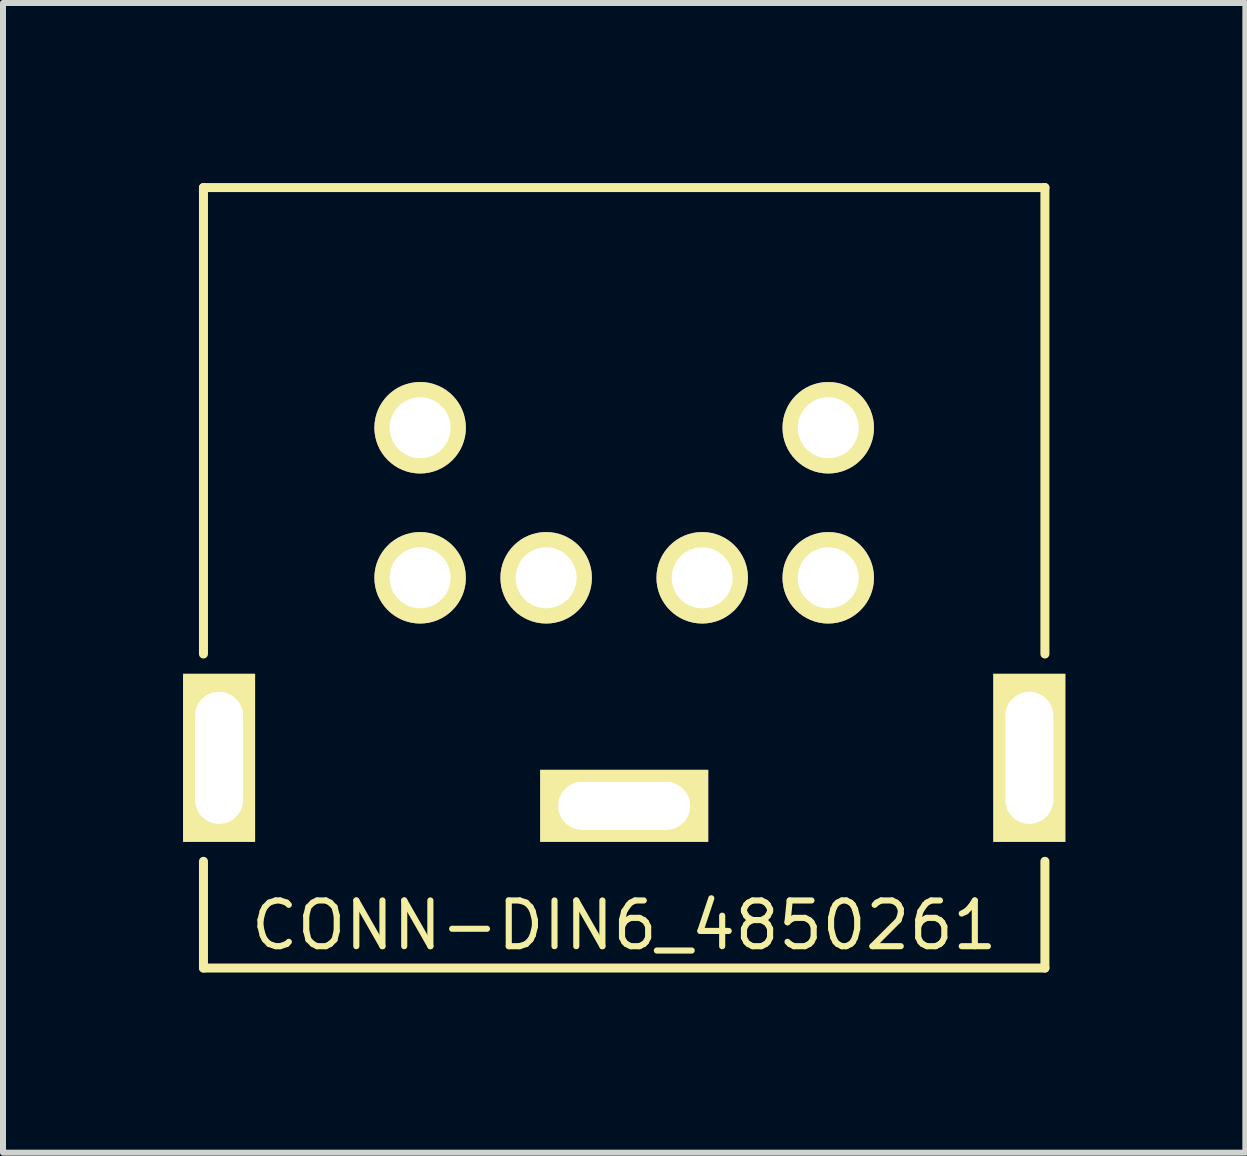
<source format=kicad_pcb>
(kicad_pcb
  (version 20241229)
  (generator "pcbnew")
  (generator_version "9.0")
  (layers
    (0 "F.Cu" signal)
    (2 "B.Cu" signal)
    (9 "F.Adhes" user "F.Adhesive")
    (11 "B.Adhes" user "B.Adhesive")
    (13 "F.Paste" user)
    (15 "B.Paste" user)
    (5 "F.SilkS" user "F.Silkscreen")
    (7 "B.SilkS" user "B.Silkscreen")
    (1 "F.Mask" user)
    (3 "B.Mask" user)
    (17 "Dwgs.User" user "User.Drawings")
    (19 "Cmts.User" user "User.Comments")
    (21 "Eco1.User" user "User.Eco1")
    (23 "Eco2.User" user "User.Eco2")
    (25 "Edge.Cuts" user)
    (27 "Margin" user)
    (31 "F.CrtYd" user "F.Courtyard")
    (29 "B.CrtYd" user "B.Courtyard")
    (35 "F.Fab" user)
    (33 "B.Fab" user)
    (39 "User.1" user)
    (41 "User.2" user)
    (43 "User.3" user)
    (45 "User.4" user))
  (footprint "CONN-DIN6_4850261"
    (layer "F.Cu")
    (at 7.35 6.577)
    (property "Reference" "CONN-DIN6_4850261" (at 0 5.791 0) (layer "F.SilkS") (effects (font (size 0.762 0.762) (thickness 0.102))))
    (attr through_hole)
    (fp_line (start -7.01 -6.502) (end -7.01 1.27) (stroke (width 0.15) (type solid)) (layer "F.SilkS"))
    (fp_line (start -7.01 6.502) (end -7.01 4.724) (stroke (width 0.15) (type solid)) (layer "F.SilkS"))
    (fp_line (start -7.01 6.502) (end 7.01 6.502) (stroke (width 0.15) (type solid)) (layer "F.SilkS"))
    (fp_line (start 7.01 -6.502) (end -7.01 -6.502) (stroke (width 0.15) (type solid)) (layer "F.SilkS"))
    (fp_line (start 7.01 1.27) (end 7.01 -6.502) (stroke (width 0.15) (type solid)) (layer "F.SilkS"))
    (fp_line (start 7.01 6.502) (end 7.01 4.724) (stroke (width 0.15) (type solid)) (layer "F.SilkS"))
    (pad "0" thru_hole rect (at -6.75 3) (size 1.2 2.8) (drill oval 0.8 2.2) (layers "*.Cu" "*.Mask" "F.SilkS"))
    (pad "0" thru_hole rect (at 0 3.8) (size 2.8 1.2) (drill oval 2.2 0.8) (layers "*.Cu" "*.Mask" "F.SilkS"))
    (pad "0" thru_hole rect (at 6.75 3) (size 1.2 2.8) (drill oval 0.8 2.2) (layers "*.Cu" "*.Mask" "F.SilkS"))
    (pad "1" thru_hole circle (at 1.3 0) (size 1.524 1.524) (drill 1.016) (layers "*.Cu" "*.Mask" "F.SilkS"))
    (pad "2" thru_hole circle (at -1.3 0) (size 1.524 1.524) (drill 1.016) (layers "*.Cu" "*.Mask" "F.SilkS"))
    (pad "3" thru_hole circle (at 3.4 0) (size 1.524 1.524) (drill 1.016) (layers "*.Cu" "*.Mask" "F.SilkS"))
    (pad "4" thru_hole circle (at -3.4 0) (size 1.524 1.524) (drill 1.016) (layers "*.Cu" "*.Mask" "F.SilkS"))
    (pad "5" thru_hole circle (at 3.4 -2.5) (size 1.524 1.524) (drill 1.016) (layers "*.Cu" "*.Mask" "F.SilkS"))
    (pad "6" thru_hole circle (at -3.4 -2.5) (size 1.524 1.524) (drill 1.016) (layers "*.Cu" "*.Mask" "F.SilkS")))
  (gr_rect
    (start -3 -3)
    (end 17.7 16.155)
    (stroke (width 0.1) (type default))
    (fill no)
    (layer "Edge.Cuts")))
</source>
